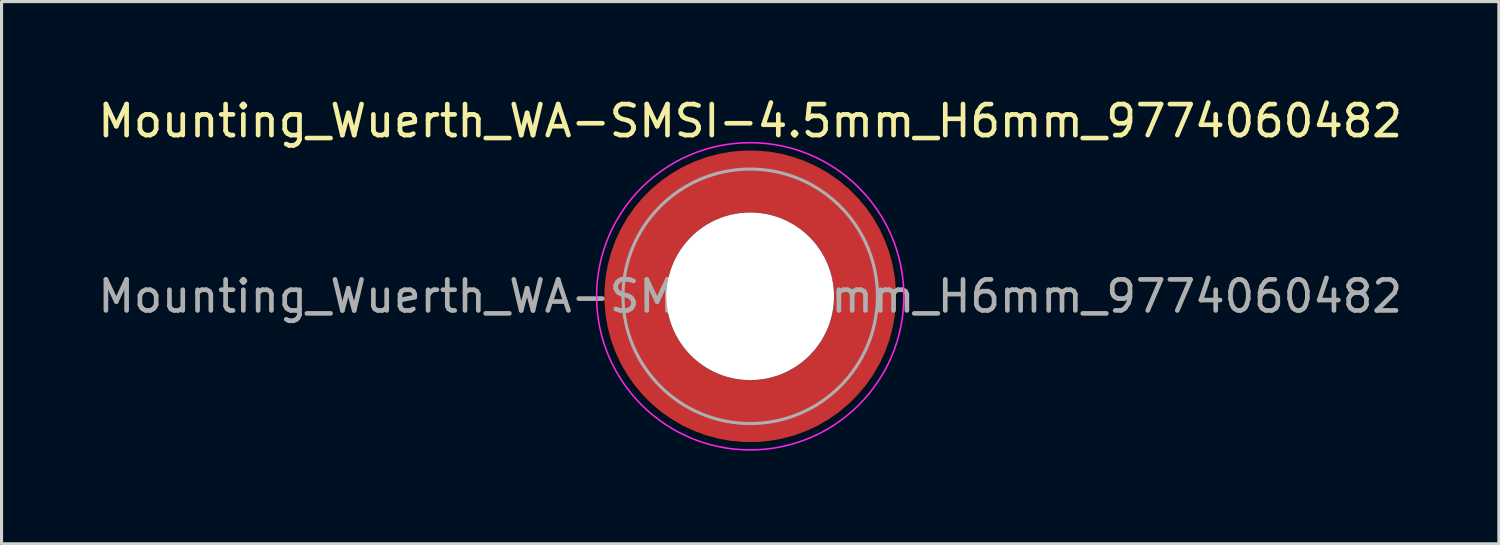
<source format=kicad_pcb>
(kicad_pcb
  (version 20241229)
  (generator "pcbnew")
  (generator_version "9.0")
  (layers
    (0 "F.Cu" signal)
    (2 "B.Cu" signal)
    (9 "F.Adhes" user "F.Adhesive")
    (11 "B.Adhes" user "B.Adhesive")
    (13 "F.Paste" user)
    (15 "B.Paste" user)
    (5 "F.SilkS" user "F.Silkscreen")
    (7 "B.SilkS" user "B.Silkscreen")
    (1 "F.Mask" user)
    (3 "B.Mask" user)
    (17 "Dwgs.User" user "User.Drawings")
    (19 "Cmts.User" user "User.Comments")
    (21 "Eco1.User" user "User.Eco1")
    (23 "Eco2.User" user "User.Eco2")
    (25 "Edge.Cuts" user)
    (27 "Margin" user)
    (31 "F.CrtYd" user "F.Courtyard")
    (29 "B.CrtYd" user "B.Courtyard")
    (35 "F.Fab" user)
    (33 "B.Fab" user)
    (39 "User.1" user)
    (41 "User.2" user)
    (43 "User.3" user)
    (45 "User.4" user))
  (footprint "Mounting_Wuerth_WA-SMSI-4.5mm_H6mm_9774060482"
    (layer "F.Cu")
    (at 21.125 6.498)
    (property "Reference" "Mounting_Wuerth_WA-SMSI-4.5mm_H6mm_9774060482" (at 0 -5.65 0) (layer "F.SilkS") (effects (font (size 1 1) (thickness 0.15))))
    (property "Mouser Part no." "" (at 0 0 0) (layer "F.Fab") (effects (font (size 1.27 1.27) (thickness 0.15))))
    (property "Mouser link" "" (at 0 0 0) (layer "F.Fab") (effects (font (size 1.27 1.27) (thickness 0.15))))
    (attr smd)
    (fp_circle (center 0 0) (end 4.95 0) (stroke (width 0.05) (type solid)) (fill no) (layer "F.CrtYd"))
    (fp_circle (center 0 0) (end 4.1 0) (stroke (width 0.1) (type solid)) (fill no) (layer "F.Fab"))
    (fp_text user "${REFERENCE}" (at 0 0 0) (layer "F.Fab") (effects (font (size 1 1) (thickness 0.15))))
    (pad "" smd custom (at -2.607 -2.607) (size 1.495 1.495) (layers "F.Paste") (options (anchor circle)) (primitives (gr_arc (start -0.188183 2.107456) (mid 0.598928 0.599619) (end 2.106494 -0.188011) (width 0.2)) (gr_arc (start -0.289416 2.107456) (mid 0.528508 0.529033) (end 2.106724 -0.28929) (width 0.2)) (gr_arc (start -0.390547 2.107456) (mid 0.457087 0.459449) (end 2.104161 -0.389996) (width 0.2)) (gr_arc (start -0.491585 2.107456) (mid 0.386415 0.389116) (end 2.103685 -0.490974) (width 0.2)) (gr_arc (start -0.59254 2.107456) (mid 0.31649 0.318035) (end 2.105297 -0.592202) (width 0.2)) (gr_arc (start -0.693419 2.107456) (mid 0.245252 0.248268) (end 2.103239 -0.692777) (width 0.2)) (gr_arc (start -0.794229 2.107456) (mid 0.174636 0.177878) (end 2.102921 -0.793559) (width 0.2)) (gr_arc (start -0.894975 2.107456) (mid 0.104643 0.106866) (end 2.104343 -0.894529) (width 0.2)) (gr_arc (start -0.995664 2.107456) (mid 0.033026 0.037479) (end 2.101219 -0.994793) (width 0.2)) (gr_arc (start -1.0963 2.107456) (mid -0.035789 -0.034714) (end 2.105949 -1.096096) (width 0.2)) (gr_arc (start -1.196886 2.107456) (mid -0.106351 -0.105157) (end 2.105783 -1.196666) (width 0.2)) (gr_arc (start -1.297427 2.107456) (mid -0.176416 -0.176097) (end 2.107009 -1.29737) (width 0.2)) (gr_arc (start -1.397927 2.107456) (mid -0.248476 -0.245042) (end 2.102638 -1.397323) (width 0.2)) (gr_arc (start -1.498388 2.107456) (mid -0.317612 -0.316913) (end 2.106475 -1.498268) (width 0.2)) (gr_arc (start -1.598813 2.107456) (mid -0.388865 -0.386665) (end 2.104366 -1.598444) (width 0.2)) (gr_arc (start -1.699204 2.107456) (mid -0.459747 -0.456787) (end 2.103299 -1.698719) (width 0.2)) (gr_arc (start -1.799565 2.107456) (mid -0.530257 -0.527283) (end 2.103277 -1.799089) (width 0.2)) (gr_arc (start -1.899896 2.107456) (mid -0.600396 -0.59815) (end 2.104299 -1.899545) (width 0.2)) (gr_arc (start -1.899896 2.107456) (mid -0.600396 -0.59815) (end 2.104299 -1.899545) (width 0.2)) (gr_line (start 2.107 -0.188) (end 2.107 -1.9) (width 0.2)) (gr_line (start -0.188 2.107) (end -1.9 2.107) (width 0.2))))
    (pad "" smd custom (at -2.607 2.607) (size 1.495 1.495) (layers "F.Paste") (options (anchor circle)) (primitives (gr_arc (start 2.107456 0.188183) (mid 0.599619 -0.598928) (end -0.188011 -2.106494) (width 0.2)) (gr_arc (start 2.107456 0.289416) (mid 0.529033 -0.528508) (end -0.28929 -2.106724) (width 0.2)) (gr_arc (start 2.107456 0.390547) (mid 0.459449 -0.457087) (end -0.389996 -2.104161) (width 0.2)) (gr_arc (start 2.107456 0.491585) (mid 0.389116 -0.386415) (end -0.490974 -2.103685) (width 0.2)) (gr_arc (start 2.107456 0.59254) (mid 0.318035 -0.31649) (end -0.592202 -2.105297) (width 0.2)) (gr_arc (start 2.107456 0.693419) (mid 0.248268 -0.245252) (end -0.692777 -2.103239) (width 0.2)) (gr_arc (start 2.107456 0.794229) (mid 0.177878 -0.174636) (end -0.793559 -2.102921) (width 0.2)) (gr_arc (start 2.107456 0.894975) (mid 0.106866 -0.104643) (end -0.894529 -2.104343) (width 0.2)) (gr_arc (start 2.107456 0.995664) (mid 0.037479 -0.033026) (end -0.994793 -2.101219) (width 0.2)) (gr_arc (start 2.107456 1.0963) (mid -0.034714 0.035789) (end -1.096096 -2.105949) (width 0.2)) (gr_arc (start 2.107456 1.196886) (mid -0.105157 0.106351) (end -1.196666 -2.105783) (width 0.2)) (gr_arc (start 2.107456 1.297427) (mid -0.176097 0.176416) (end -1.29737 -2.107009) (width 0.2)) (gr_arc (start 2.107456 1.397927) (mid -0.245042 0.248476) (end -1.397323 -2.102638) (width 0.2)) (gr_arc (start 2.107456 1.498388) (mid -0.316913 0.317612) (end -1.498268 -2.106475) (width 0.2)) (gr_arc (start 2.107456 1.598813) (mid -0.386665 0.388865) (end -1.598444 -2.104366) (width 0.2)) (gr_arc (start 2.107456 1.699204) (mid -0.456787 0.459747) (end -1.698719 -2.103299) (width 0.2)) (gr_arc (start 2.107456 1.799565) (mid -0.527283 0.530257) (end -1.799089 -2.103277) (width 0.2)) (gr_arc (start 2.107456 1.899896) (mid -0.59815 0.600396) (end -1.899545 -2.104299) (width 0.2)) (gr_arc (start 2.107456 1.899896) (mid -0.59815 0.600396) (end -1.899545 -2.104299) (width 0.2)) (gr_line (start -0.188 -2.107) (end -1.9 -2.107) (width 0.2)) (gr_line (start 2.107 0.188) (end 2.107 1.9) (width 0.2))))
    (pad "" np_thru_hole circle (at 0 0) (size 5.4 5.4) (drill 5.4) (layers "*.Cu" "*.Mask"))
    (pad "" smd custom (at 2.607 -2.607) (size 1.495 1.495) (layers "F.Paste") (options (anchor circle)) (primitives (gr_arc (start -2.107456 -0.188183) (mid -0.599619 0.598928) (end 0.188011 2.106494) (width 0.2)) (gr_arc (start -2.107456 -0.289416) (mid -0.529033 0.528508) (end 0.28929 2.106724) (width 0.2)) (gr_arc (start -2.107456 -0.390547) (mid -0.459449 0.457087) (end 0.389996 2.104161) (width 0.2)) (gr_arc (start -2.107456 -0.491585) (mid -0.389116 0.386415) (end 0.490974 2.103685) (width 0.2)) (gr_arc (start -2.107456 -0.59254) (mid -0.318035 0.31649) (end 0.592202 2.105297) (width 0.2)) (gr_arc (start -2.107456 -0.693419) (mid -0.248268 0.245252) (end 0.692777 2.103239) (width 0.2)) (gr_arc (start -2.107456 -0.794229) (mid -0.177878 0.174636) (end 0.793559 2.102921) (width 0.2)) (gr_arc (start -2.107456 -0.894975) (mid -0.106866 0.104643) (end 0.894529 2.104343) (width 0.2)) (gr_arc (start -2.107456 -0.995664) (mid -0.037479 0.033026) (end 0.994793 2.101219) (width 0.2)) (gr_arc (start -2.107456 -1.0963) (mid 0.034714 -0.035789) (end 1.096096 2.105949) (width 0.2)) (gr_arc (start -2.107456 -1.196886) (mid 0.105157 -0.106351) (end 1.196666 2.105783) (width 0.2)) (gr_arc (start -2.107456 -1.297427) (mid 0.176097 -0.176416) (end 1.29737 2.107009) (width 0.2)) (gr_arc (start -2.107456 -1.397927) (mid 0.245042 -0.248476) (end 1.397323 2.102638) (width 0.2)) (gr_arc (start -2.107456 -1.498388) (mid 0.316913 -0.317612) (end 1.498268 2.106475) (width 0.2)) (gr_arc (start -2.107456 -1.598813) (mid 0.386665 -0.388865) (end 1.598444 2.104366) (width 0.2)) (gr_arc (start -2.107456 -1.699204) (mid 0.456787 -0.459747) (end 1.698719 2.103299) (width 0.2)) (gr_arc (start -2.107456 -1.799565) (mid 0.527283 -0.530257) (end 1.799089 2.103277) (width 0.2)) (gr_arc (start -2.107456 -1.899896) (mid 0.59815 -0.600396) (end 1.899545 2.104299) (width 0.2)) (gr_arc (start -2.107456 -1.899896) (mid 0.59815 -0.600396) (end 1.899545 2.104299) (width 0.2)) (gr_line (start 0.188 2.107) (end 1.9 2.107) (width 0.2)) (gr_line (start -2.107 -0.188) (end -2.107 -1.9) (width 0.2))))
    (pad "" smd custom (at 2.607 2.607) (size 1.495 1.495) (layers "F.Paste") (options (anchor circle)) (primitives (gr_arc (start 0.188183 -2.107456) (mid -0.598928 -0.599619) (end -2.106494 0.188011) (width 0.2)) (gr_arc (start 0.289416 -2.107456) (mid -0.528508 -0.529033) (end -2.106724 0.28929) (width 0.2)) (gr_arc (start 0.390547 -2.107456) (mid -0.457087 -0.459449) (end -2.104161 0.389996) (width 0.2)) (gr_arc (start 0.491585 -2.107456) (mid -0.386415 -0.389116) (end -2.103685 0.490974) (width 0.2)) (gr_arc (start 0.59254 -2.107456) (mid -0.31649 -0.318035) (end -2.105297 0.592202) (width 0.2)) (gr_arc (start 0.693419 -2.107456) (mid -0.245252 -0.248268) (end -2.103239 0.692777) (width 0.2)) (gr_arc (start 0.794229 -2.107456) (mid -0.174636 -0.177878) (end -2.102921 0.793559) (width 0.2)) (gr_arc (start 0.894975 -2.107456) (mid -0.104643 -0.106866) (end -2.104343 0.894529) (width 0.2)) (gr_arc (start 0.995664 -2.107456) (mid -0.033026 -0.037479) (end -2.101219 0.994793) (width 0.2)) (gr_arc (start 1.0963 -2.107456) (mid 0.035789 0.034714) (end -2.105949 1.096096) (width 0.2)) (gr_arc (start 1.196886 -2.107456) (mid 0.106351 0.105157) (end -2.105783 1.196666) (width 0.2)) (gr_arc (start 1.297427 -2.107456) (mid 0.176416 0.176097) (end -2.107009 1.29737) (width 0.2)) (gr_arc (start 1.397927 -2.107456) (mid 0.248476 0.245042) (end -2.102638 1.397323) (width 0.2)) (gr_arc (start 1.498388 -2.107456) (mid 0.317612 0.316913) (end -2.106475 1.498268) (width 0.2)) (gr_arc (start 1.598813 -2.107456) (mid 0.388865 0.386665) (end -2.104366 1.598444) (width 0.2)) (gr_arc (start 1.699204 -2.107456) (mid 0.459747 0.456787) (end -2.103299 1.698719) (width 0.2)) (gr_arc (start 1.799565 -2.107456) (mid 0.530257 0.527283) (end -2.103277 1.799089) (width 0.2)) (gr_arc (start 1.899896 -2.107456) (mid 0.600396 0.59815) (end -2.104299 1.899545) (width 0.2)) (gr_arc (start 1.899896 -2.107456) (mid 0.600396 0.59815) (end -2.104299 1.899545) (width 0.2)) (gr_line (start -2.107 0.188) (end -2.107 1.9) (width 0.2)) (gr_line (start 0.188 -2.107) (end 1.9 -2.107) (width 0.2))))
    (pad "1" smd circle (at -3.7 0) (size 1.6 1.6) (layers "F.Cu"))
    (pad "1" smd circle (at 0 -3.7) (size 1.6 1.6) (layers "F.Cu"))
    (pad "1" smd circle (at 0 3.7) (size 1.6 1.6) (layers "F.Cu"))
    (pad "1" smd custom (at 3.7 0) (size 1.6 1.6) (layers "F.Cu" "F.Mask") (options (anchor circle)) (primitives (gr_circle (center -3.7 0) (end 0 0) (width 2) (fill no)))))
  (gr_rect
    (start -3 -3)
    (end 45.25 14.473)
    (stroke (width 0.1) (type default))
    (fill no)
    (layer "Edge.Cuts")))
</source>
